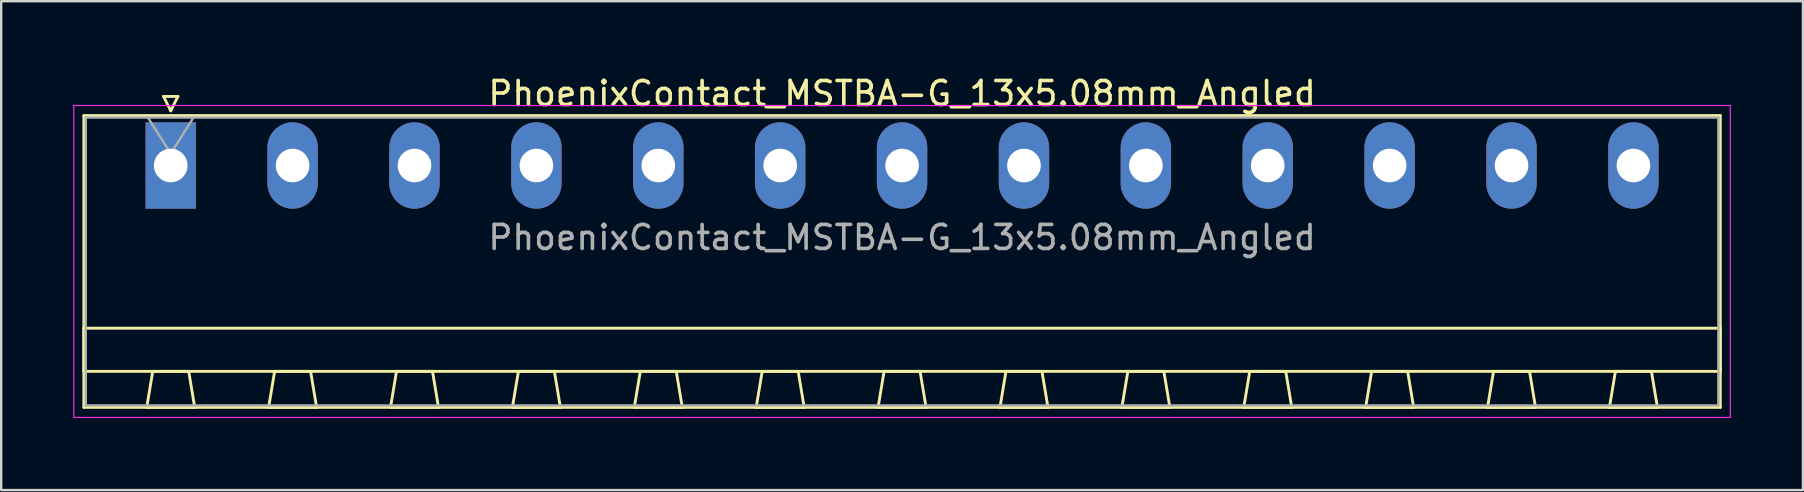
<source format=kicad_pcb>
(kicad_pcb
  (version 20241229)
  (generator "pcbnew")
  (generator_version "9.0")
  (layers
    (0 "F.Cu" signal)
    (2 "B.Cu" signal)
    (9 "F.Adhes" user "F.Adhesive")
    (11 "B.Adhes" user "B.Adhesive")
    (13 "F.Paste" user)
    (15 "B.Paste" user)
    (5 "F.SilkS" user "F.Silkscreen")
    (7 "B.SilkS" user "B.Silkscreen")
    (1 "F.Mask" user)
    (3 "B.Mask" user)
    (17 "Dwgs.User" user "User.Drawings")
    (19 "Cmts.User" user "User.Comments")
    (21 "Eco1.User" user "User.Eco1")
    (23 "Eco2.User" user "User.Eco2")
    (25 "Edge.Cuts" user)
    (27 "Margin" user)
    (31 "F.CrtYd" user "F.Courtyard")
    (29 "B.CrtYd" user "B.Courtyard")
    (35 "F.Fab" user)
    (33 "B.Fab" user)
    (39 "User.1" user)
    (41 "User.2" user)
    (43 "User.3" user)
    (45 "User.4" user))
  (footprint "PhoenixContact_MSTBA-G_13x5.08mm_Angled"
    (layer "F.Cu")
    (at 4.065 3.848)
    (property "Reference" "PhoenixContact_MSTBA-G_13x5.08mm_Angled" (at 30.48 -3 0) (layer "F.SilkS") (effects (font (size 1 1) (thickness 0.15))))
    (attr through_hole)
    (fp_line (start -3.62 -2.08) (end -3.62 10.08) (stroke (width 0.12) (type solid)) (layer "F.SilkS"))
    (fp_line (start -3.62 6.78) (end 64.58 6.78) (stroke (width 0.12) (type solid)) (layer "F.SilkS"))
    (fp_line (start -3.62 8.58) (end -3.62 6.78) (stroke (width 0.12) (type solid)) (layer "F.SilkS"))
    (fp_line (start -3.62 10.08) (end 64.58 10.08) (stroke (width 0.12) (type solid)) (layer "F.SilkS"))
    (fp_line (start -1 10.08) (end 1 10.08) (stroke (width 0.12) (type solid)) (layer "F.SilkS"))
    (fp_line (start -0.75 8.58) (end -1 10.08) (stroke (width 0.12) (type solid)) (layer "F.SilkS"))
    (fp_line (start -0.3 -2.88) (end 0.3 -2.88) (stroke (width 0.12) (type solid)) (layer "F.SilkS"))
    (fp_line (start 0 -2.28) (end -0.3 -2.88) (stroke (width 0.12) (type solid)) (layer "F.SilkS"))
    (fp_line (start 0.3 -2.88) (end 0 -2.28) (stroke (width 0.12) (type solid)) (layer "F.SilkS"))
    (fp_line (start 0.75 8.58) (end -0.75 8.58) (stroke (width 0.12) (type solid)) (layer "F.SilkS"))
    (fp_line (start 1 10.08) (end 0.75 8.58) (stroke (width 0.12) (type solid)) (layer "F.SilkS"))
    (fp_line (start 4.08 10.08) (end 6.08 10.08) (stroke (width 0.12) (type solid)) (layer "F.SilkS"))
    (fp_line (start 4.33 8.58) (end 4.08 10.08) (stroke (width 0.12) (type solid)) (layer "F.SilkS"))
    (fp_line (start 5.83 8.58) (end 4.33 8.58) (stroke (width 0.12) (type solid)) (layer "F.SilkS"))
    (fp_line (start 6.08 10.08) (end 5.83 8.58) (stroke (width 0.12) (type solid)) (layer "F.SilkS"))
    (fp_line (start 9.16 10.08) (end 11.16 10.08) (stroke (width 0.12) (type solid)) (layer "F.SilkS"))
    (fp_line (start 9.41 8.58) (end 9.16 10.08) (stroke (width 0.12) (type solid)) (layer "F.SilkS"))
    (fp_line (start 10.91 8.58) (end 9.41 8.58) (stroke (width 0.12) (type solid)) (layer "F.SilkS"))
    (fp_line (start 11.16 10.08) (end 10.91 8.58) (stroke (width 0.12) (type solid)) (layer "F.SilkS"))
    (fp_line (start 14.24 10.08) (end 16.24 10.08) (stroke (width 0.12) (type solid)) (layer "F.SilkS"))
    (fp_line (start 14.49 8.58) (end 14.24 10.08) (stroke (width 0.12) (type solid)) (layer "F.SilkS"))
    (fp_line (start 15.99 8.58) (end 14.49 8.58) (stroke (width 0.12) (type solid)) (layer "F.SilkS"))
    (fp_line (start 16.24 10.08) (end 15.99 8.58) (stroke (width 0.12) (type solid)) (layer "F.SilkS"))
    (fp_line (start 19.32 10.08) (end 21.32 10.08) (stroke (width 0.12) (type solid)) (layer "F.SilkS"))
    (fp_line (start 19.57 8.58) (end 19.32 10.08) (stroke (width 0.12) (type solid)) (layer "F.SilkS"))
    (fp_line (start 21.07 8.58) (end 19.57 8.58) (stroke (width 0.12) (type solid)) (layer "F.SilkS"))
    (fp_line (start 21.32 10.08) (end 21.07 8.58) (stroke (width 0.12) (type solid)) (layer "F.SilkS"))
    (fp_line (start 24.4 10.08) (end 26.4 10.08) (stroke (width 0.12) (type solid)) (layer "F.SilkS"))
    (fp_line (start 24.65 8.58) (end 24.4 10.08) (stroke (width 0.12) (type solid)) (layer "F.SilkS"))
    (fp_line (start 26.15 8.58) (end 24.65 8.58) (stroke (width 0.12) (type solid)) (layer "F.SilkS"))
    (fp_line (start 26.4 10.08) (end 26.15 8.58) (stroke (width 0.12) (type solid)) (layer "F.SilkS"))
    (fp_line (start 29.48 10.08) (end 31.48 10.08) (stroke (width 0.12) (type solid)) (layer "F.SilkS"))
    (fp_line (start 29.73 8.58) (end 29.48 10.08) (stroke (width 0.12) (type solid)) (layer "F.SilkS"))
    (fp_line (start 31.23 8.58) (end 29.73 8.58) (stroke (width 0.12) (type solid)) (layer "F.SilkS"))
    (fp_line (start 31.48 10.08) (end 31.23 8.58) (stroke (width 0.12) (type solid)) (layer "F.SilkS"))
    (fp_line (start 34.56 10.08) (end 36.56 10.08) (stroke (width 0.12) (type solid)) (layer "F.SilkS"))
    (fp_line (start 34.81 8.58) (end 34.56 10.08) (stroke (width 0.12) (type solid)) (layer "F.SilkS"))
    (fp_line (start 36.31 8.58) (end 34.81 8.58) (stroke (width 0.12) (type solid)) (layer "F.SilkS"))
    (fp_line (start 36.56 10.08) (end 36.31 8.58) (stroke (width 0.12) (type solid)) (layer "F.SilkS"))
    (fp_line (start 39.64 10.08) (end 41.64 10.08) (stroke (width 0.12) (type solid)) (layer "F.SilkS"))
    (fp_line (start 39.89 8.58) (end 39.64 10.08) (stroke (width 0.12) (type solid)) (layer "F.SilkS"))
    (fp_line (start 41.39 8.58) (end 39.89 8.58) (stroke (width 0.12) (type solid)) (layer "F.SilkS"))
    (fp_line (start 41.64 10.08) (end 41.39 8.58) (stroke (width 0.12) (type solid)) (layer "F.SilkS"))
    (fp_line (start 44.72 10.08) (end 46.72 10.08) (stroke (width 0.12) (type solid)) (layer "F.SilkS"))
    (fp_line (start 44.97 8.58) (end 44.72 10.08) (stroke (width 0.12) (type solid)) (layer "F.SilkS"))
    (fp_line (start 46.47 8.58) (end 44.97 8.58) (stroke (width 0.12) (type solid)) (layer "F.SilkS"))
    (fp_line (start 46.72 10.08) (end 46.47 8.58) (stroke (width 0.12) (type solid)) (layer "F.SilkS"))
    (fp_line (start 49.8 10.08) (end 51.8 10.08) (stroke (width 0.12) (type solid)) (layer "F.SilkS"))
    (fp_line (start 50.05 8.58) (end 49.8 10.08) (stroke (width 0.12) (type solid)) (layer "F.SilkS"))
    (fp_line (start 51.55 8.58) (end 50.05 8.58) (stroke (width 0.12) (type solid)) (layer "F.SilkS"))
    (fp_line (start 51.8 10.08) (end 51.55 8.58) (stroke (width 0.12) (type solid)) (layer "F.SilkS"))
    (fp_line (start 54.88 10.08) (end 56.88 10.08) (stroke (width 0.12) (type solid)) (layer "F.SilkS"))
    (fp_line (start 55.13 8.58) (end 54.88 10.08) (stroke (width 0.12) (type solid)) (layer "F.SilkS"))
    (fp_line (start 56.63 8.58) (end 55.13 8.58) (stroke (width 0.12) (type solid)) (layer "F.SilkS"))
    (fp_line (start 56.88 10.08) (end 56.63 8.58) (stroke (width 0.12) (type solid)) (layer "F.SilkS"))
    (fp_line (start 59.96 10.08) (end 61.96 10.08) (stroke (width 0.12) (type solid)) (layer "F.SilkS"))
    (fp_line (start 60.21 8.58) (end 59.96 10.08) (stroke (width 0.12) (type solid)) (layer "F.SilkS"))
    (fp_line (start 61.71 8.58) (end 60.21 8.58) (stroke (width 0.12) (type solid)) (layer "F.SilkS"))
    (fp_line (start 61.96 10.08) (end 61.71 8.58) (stroke (width 0.12) (type solid)) (layer "F.SilkS"))
    (fp_line (start 64.58 -2.08) (end -3.62 -2.08) (stroke (width 0.12) (type solid)) (layer "F.SilkS"))
    (fp_line (start 64.58 6.78) (end 64.58 8.58) (stroke (width 0.12) (type solid)) (layer "F.SilkS"))
    (fp_line (start 64.58 8.58) (end -3.62 8.58) (stroke (width 0.12) (type solid)) (layer "F.SilkS"))
    (fp_line (start 64.58 10.08) (end 64.58 -2.08) (stroke (width 0.12) (type solid)) (layer "F.SilkS"))
    (fp_line (start -4.04 -2.5) (end -4.04 10.5) (stroke (width 0.05) (type solid)) (layer "F.CrtYd"))
    (fp_line (start -4.04 10.5) (end 65 10.5) (stroke (width 0.05) (type solid)) (layer "F.CrtYd"))
    (fp_line (start 65 -2.5) (end -4.04 -2.5) (stroke (width 0.05) (type solid)) (layer "F.CrtYd"))
    (fp_line (start 65 10.5) (end 65 -2.5) (stroke (width 0.05) (type solid)) (layer "F.CrtYd"))
    (fp_line (start -3.54 -2) (end -3.54 10) (stroke (width 0.1) (type solid)) (layer "F.Fab"))
    (fp_line (start -3.54 10) (end 64.5 10) (stroke (width 0.1) (type solid)) (layer "F.Fab"))
    (fp_line (start 0 -0.5) (end -0.95 -2) (stroke (width 0.1) (type solid)) (layer "F.Fab"))
    (fp_line (start 0.95 -2) (end 0 -0.5) (stroke (width 0.1) (type solid)) (layer "F.Fab"))
    (fp_line (start 64.5 -2) (end -3.54 -2) (stroke (width 0.1) (type solid)) (layer "F.Fab"))
    (fp_line (start 64.5 10) (end 64.5 -2) (stroke (width 0.1) (type solid)) (layer "F.Fab"))
    (fp_text user "${REFERENCE}" (at 30.48 3 0) (layer "F.Fab") (effects (font (size 1 1) (thickness 0.15))))
    (pad "1" thru_hole rect (at 0 0) (size 2.1 3.6) (drill 1.4) (layers "*.Cu" "*.Mask"))
    (pad "2" thru_hole oval (at 5.08 0) (size 2.1 3.6) (drill 1.4) (layers "*.Cu" "*.Mask"))
    (pad "3" thru_hole oval (at 10.16 0) (size 2.1 3.6) (drill 1.4) (layers "*.Cu" "*.Mask"))
    (pad "4" thru_hole oval (at 15.24 0) (size 2.1 3.6) (drill 1.4) (layers "*.Cu" "*.Mask"))
    (pad "5" thru_hole oval (at 20.32 0) (size 2.1 3.6) (drill 1.4) (layers "*.Cu" "*.Mask"))
    (pad "6" thru_hole oval (at 25.4 0) (size 2.1 3.6) (drill 1.4) (layers "*.Cu" "*.Mask"))
    (pad "7" thru_hole oval (at 30.48 0) (size 2.1 3.6) (drill 1.4) (layers "*.Cu" "*.Mask"))
    (pad "8" thru_hole oval (at 35.56 0) (size 2.1 3.6) (drill 1.4) (layers "*.Cu" "*.Mask"))
    (pad "9" thru_hole oval (at 40.64 0) (size 2.1 3.6) (drill 1.4) (layers "*.Cu" "*.Mask"))
    (pad "10" thru_hole oval (at 45.72 0) (size 2.1 3.6) (drill 1.4) (layers "*.Cu" "*.Mask"))
    (pad "11" thru_hole oval (at 50.8 0) (size 2.1 3.6) (drill 1.4) (layers "*.Cu" "*.Mask"))
    (pad "12" thru_hole oval (at 55.88 0) (size 2.1 3.6) (drill 1.4) (layers "*.Cu" "*.Mask"))
    (pad "13" thru_hole oval (at 60.96 0) (size 2.1 3.6) (drill 1.4) (layers "*.Cu" "*.Mask")))
  (gr_rect
    (start -3 -3)
    (end 72.09 17.373)
    (stroke (width 0.1) (type default))
    (fill no)
    (layer "Edge.Cuts")))
</source>
